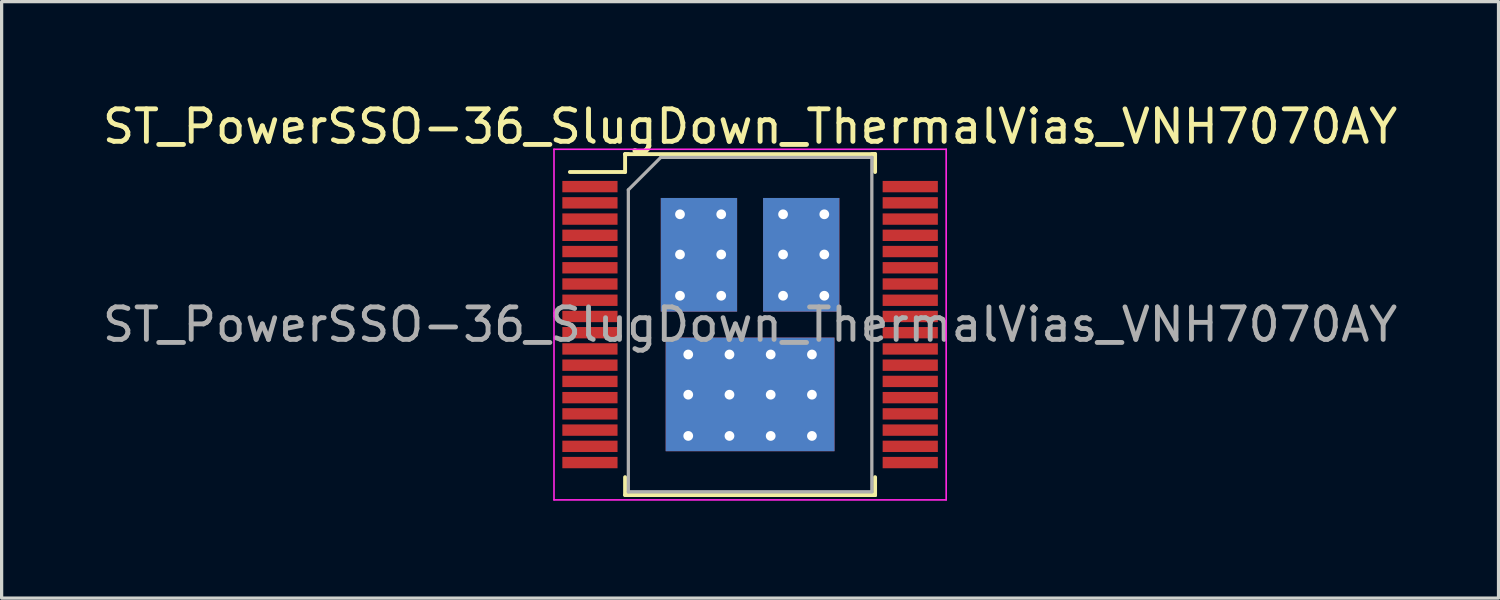
<source format=kicad_pcb>
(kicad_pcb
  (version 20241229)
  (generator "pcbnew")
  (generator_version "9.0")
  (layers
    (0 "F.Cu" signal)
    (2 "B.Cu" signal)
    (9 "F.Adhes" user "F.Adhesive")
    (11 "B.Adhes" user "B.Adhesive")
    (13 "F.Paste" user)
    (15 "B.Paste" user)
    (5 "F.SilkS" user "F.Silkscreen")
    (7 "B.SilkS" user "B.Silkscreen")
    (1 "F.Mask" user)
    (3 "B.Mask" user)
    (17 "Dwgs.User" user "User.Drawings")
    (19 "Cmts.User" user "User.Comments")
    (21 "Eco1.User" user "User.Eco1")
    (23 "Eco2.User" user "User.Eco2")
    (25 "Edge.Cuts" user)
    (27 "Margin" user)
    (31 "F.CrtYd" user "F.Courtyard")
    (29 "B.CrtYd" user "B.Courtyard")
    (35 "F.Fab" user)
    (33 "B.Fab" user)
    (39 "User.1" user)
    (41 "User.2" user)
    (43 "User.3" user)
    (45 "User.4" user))
  (footprint "ST_PowerSSO-36_SlugDown_ThermalVias_VNH7070AY"
    (layer "F.Cu")
    (at 20.054 6.948)
    (property "Reference" "ST_PowerSSO-36_SlugDown_ThermalVias_VNH7070AY" (at 0 -6.1 0) (layer "F.SilkS") (effects (font (size 1 1) (thickness 0.15))))
    (attr smd)
    (fp_line (start -3.85 -5.25) (end -3.85 -4.7) (stroke (width 0.12) (type solid)) (layer "F.SilkS"))
    (fp_line (start -3.85 -4.7) (end -5.55 -4.7) (stroke (width 0.12) (type solid)) (layer "F.SilkS"))
    (fp_line (start -3.85 5.25) (end -3.85 4.7) (stroke (width 0.12) (type solid)) (layer "F.SilkS"))
    (fp_line (start -3.75 -5.25) (end -3.85 -5.25) (stroke (width 0.12) (type solid)) (layer "F.SilkS"))
    (fp_line (start 3.75 -5.25) (end 3.85 -5.25) (stroke (width 0.12) (type solid)) (layer "F.SilkS"))
    (fp_line (start 3.75 5.25) (end 3.85 5.25) (stroke (width 0.12) (type solid)) (layer "F.SilkS"))
    (fp_line (start 3.85 -5.25) (end -3.85 -5.25) (stroke (width 0.12) (type solid)) (layer "F.SilkS"))
    (fp_line (start 3.85 -5.25) (end 3.85 -4.7) (stroke (width 0.12) (type solid)) (layer "F.SilkS"))
    (fp_line (start 3.85 5.25) (end -3.85 5.25) (stroke (width 0.12) (type solid)) (layer "F.SilkS"))
    (fp_line (start 3.85 5.25) (end 3.85 4.7) (stroke (width 0.12) (type solid)) (layer "F.SilkS"))
    (fp_line (start -6.04 -5.4) (end -6.04 5.4) (stroke (width 0.05) (type solid)) (layer "F.CrtYd"))
    (fp_line (start -6.04 -5.4) (end 6.04 -5.4) (stroke (width 0.05) (type solid)) (layer "F.CrtYd"))
    (fp_line (start 6.04 5.4) (end -6.04 5.4) (stroke (width 0.05) (type solid)) (layer "F.CrtYd"))
    (fp_line (start 6.04 5.4) (end 6.04 -5.4) (stroke (width 0.05) (type solid)) (layer "F.CrtYd"))
    (fp_line (start -3.75 -4.15) (end -3.75 5.15) (stroke (width 0.1) (type solid)) (layer "F.Fab"))
    (fp_line (start -3.75 5.15) (end 3.75 5.15) (stroke (width 0.1) (type solid)) (layer "F.Fab"))
    (fp_line (start -2.75 -5.15) (end -3.75 -4.15) (stroke (width 0.1) (type solid)) (layer "F.Fab"))
    (fp_line (start 3.75 -5.15) (end -2.75 -5.15) (stroke (width 0.1) (type solid)) (layer "F.Fab"))
    (fp_line (start 3.75 5.15) (end 3.75 -5.15) (stroke (width 0.1) (type solid)) (layer "F.Fab"))
    (fp_text user "${REFERENCE}" (at 0 0 0) (layer "F.Fab") (effects (font (size 1 1) (thickness 0.15))))
    (pad "1" smd rect (at -4.933 -4.25) (size 1.7 0.35) (layers "F.Cu" "F.Mask" "F.Paste"))
    (pad "2" smd rect (at -4.933 -3.75) (size 1.7 0.35) (layers "F.Cu" "F.Mask" "F.Paste"))
    (pad "3" smd rect (at -4.933 -3.25) (size 1.7 0.35) (layers "F.Cu" "F.Mask" "F.Paste"))
    (pad "4" smd rect (at -4.933 -2.75) (size 1.7 0.35) (layers "F.Cu" "F.Mask" "F.Paste"))
    (pad "5" smd rect (at -4.933 -2.25) (size 1.7 0.35) (layers "F.Cu" "F.Mask" "F.Paste"))
    (pad "6" smd rect (at -4.933 -1.75) (size 1.7 0.35) (layers "F.Cu" "F.Mask" "F.Paste"))
    (pad "7" smd rect (at -4.933 -1.25) (size 1.7 0.35) (layers "F.Cu" "F.Mask" "F.Paste"))
    (pad "8" smd rect (at -4.933 -0.75) (size 1.7 0.35) (layers "F.Cu" "F.Mask" "F.Paste"))
    (pad "9" smd rect (at -4.933 -0.25) (size 1.7 0.35) (layers "F.Cu" "F.Mask" "F.Paste"))
    (pad "10" smd rect (at -4.933 0.25) (size 1.7 0.35) (layers "F.Cu" "F.Mask" "F.Paste"))
    (pad "11" smd rect (at -4.933 0.75) (size 1.7 0.35) (layers "F.Cu" "F.Mask" "F.Paste"))
    (pad "12" smd rect (at -4.933 1.25) (size 1.7 0.35) (layers "F.Cu" "F.Mask" "F.Paste"))
    (pad "13" smd rect (at -4.933 1.75) (size 1.7 0.35) (layers "F.Cu" "F.Mask" "F.Paste"))
    (pad "14" smd rect (at -4.933 2.25) (size 1.7 0.35) (layers "F.Cu" "F.Mask" "F.Paste"))
    (pad "15" smd rect (at -4.933 2.75) (size 1.7 0.35) (layers "F.Cu" "F.Mask" "F.Paste"))
    (pad "16" smd rect (at -4.933 3.25) (size 1.7 0.35) (layers "F.Cu" "F.Mask" "F.Paste"))
    (pad "17" smd rect (at -4.933 3.75) (size 1.7 0.35) (layers "F.Cu" "F.Mask" "F.Paste"))
    (pad "18" smd rect (at -4.933 4.25) (size 1.7 0.35) (layers "F.Cu" "F.Mask" "F.Paste"))
    (pad "19" smd rect (at 4.933 4.25) (size 1.7 0.35) (layers "F.Cu" "F.Mask" "F.Paste"))
    (pad "20" smd rect (at 4.933 3.75) (size 1.7 0.35) (layers "F.Cu" "F.Mask" "F.Paste"))
    (pad "21" smd rect (at 4.933 3.25) (size 1.7 0.35) (layers "F.Cu" "F.Mask" "F.Paste"))
    (pad "22" smd rect (at 4.933 2.75) (size 1.7 0.35) (layers "F.Cu" "F.Mask" "F.Paste"))
    (pad "23" smd rect (at 4.933 2.25) (size 1.7 0.35) (layers "F.Cu" "F.Mask" "F.Paste"))
    (pad "24" smd rect (at 4.933 1.75) (size 1.7 0.35) (layers "F.Cu" "F.Mask" "F.Paste"))
    (pad "25" smd rect (at 4.933 1.25) (size 1.7 0.35) (layers "F.Cu" "F.Mask" "F.Paste"))
    (pad "26" smd rect (at 4.933 0.75) (size 1.7 0.35) (layers "F.Cu" "F.Mask" "F.Paste"))
    (pad "27" smd rect (at 4.933 0.25) (size 1.7 0.35) (layers "F.Cu" "F.Mask" "F.Paste"))
    (pad "28" smd rect (at 4.933 -0.25) (size 1.7 0.35) (layers "F.Cu" "F.Mask" "F.Paste"))
    (pad "29" smd rect (at 4.933 -0.75) (size 1.7 0.35) (layers "F.Cu" "F.Mask" "F.Paste"))
    (pad "30" smd rect (at 4.933 -1.25) (size 1.7 0.35) (layers "F.Cu" "F.Mask" "F.Paste"))
    (pad "31" smd rect (at 4.933 -1.75) (size 1.7 0.35) (layers "F.Cu" "F.Mask" "F.Paste"))
    (pad "32" smd rect (at 4.933 -2.25) (size 1.7 0.35) (layers "F.Cu" "F.Mask" "F.Paste"))
    (pad "33" smd rect (at 4.933 -2.75) (size 1.7 0.35) (layers "F.Cu" "F.Mask" "F.Paste"))
    (pad "34" smd rect (at 4.933 -3.25) (size 1.7 0.35) (layers "F.Cu" "F.Mask" "F.Paste"))
    (pad "35" smd rect (at 4.933 -3.75) (size 1.7 0.35) (layers "F.Cu" "F.Mask" "F.Paste"))
    (pad "36" smd rect (at 4.933 -4.25) (size 1.7 0.35) (layers "F.Cu" "F.Mask" "F.Paste"))
    (pad "37" thru_hole circle (at -1.905 0.921) (size 0.6 0.6) (drill 0.3) (layers "*.Cu"))
    (pad "37" thru_hole circle (at -1.905 2.159) (size 0.6 0.6) (drill 0.3) (layers "*.Cu"))
    (pad "37" thru_hole circle (at -1.905 3.429) (size 0.6 0.6) (drill 0.3) (layers "*.Cu"))
    (pad "37" thru_hole circle (at -0.635 0.921) (size 0.6 0.6) (drill 0.3) (layers "*.Cu"))
    (pad "37" thru_hole circle (at -0.635 2.159) (size 0.6 0.6) (drill 0.3) (layers "*.Cu"))
    (pad "37" thru_hole circle (at -0.635 3.429) (size 0.6 0.6) (drill 0.3) (layers "*.Cu"))
    (pad "37" smd rect (at 0 2.15) (size 5.2 3.5) (layers "F.Cu" "F.Mask" "F.Paste"))
    (pad "37" smd rect (at 0 2.15) (size 5.2 3.5) (layers "B.Cu" "B.Mask" "B.Paste"))
    (pad "37" thru_hole circle (at 0.635 0.921) (size 0.6 0.6) (drill 0.3) (layers "*.Cu"))
    (pad "37" thru_hole circle (at 0.635 2.159) (size 0.6 0.6) (drill 0.3) (layers "*.Cu"))
    (pad "37" thru_hole circle (at 0.635 3.429) (size 0.6 0.6) (drill 0.3) (layers "*.Cu"))
    (pad "37" thru_hole circle (at 1.905 0.921) (size 0.6 0.6) (drill 0.3) (layers "*.Cu"))
    (pad "37" thru_hole circle (at 1.905 2.159) (size 0.6 0.6) (drill 0.3) (layers "*.Cu"))
    (pad "37" thru_hole circle (at 1.905 3.429) (size 0.6 0.6) (drill 0.3) (layers "*.Cu"))
    (pad "38" thru_hole circle (at -2.159 -3.397) (size 0.6 0.6) (drill 0.3) (layers "*.Cu"))
    (pad "38" thru_hole circle (at -2.159 -2.159) (size 0.6 0.6) (drill 0.3) (layers "*.Cu"))
    (pad "38" thru_hole circle (at -2.159 -0.889) (size 0.6 0.6) (drill 0.3) (layers "*.Cu"))
    (pad "38" smd rect (at -1.575 -2.15) (size 2.35 3.5) (layers "F.Cu" "F.Mask" "F.Paste"))
    (pad "38" smd rect (at -1.575 -2.15) (size 2.35 3.5) (layers "B.Cu" "B.Mask" "B.Paste"))
    (pad "38" thru_hole circle (at -0.889 -3.397) (size 0.6 0.6) (drill 0.3) (layers "*.Cu"))
    (pad "38" thru_hole circle (at -0.889 -2.159) (size 0.6 0.6) (drill 0.3) (layers "*.Cu"))
    (pad "38" thru_hole circle (at -0.889 -0.889) (size 0.6 0.6) (drill 0.3) (layers "*.Cu"))
    (pad "39" thru_hole circle (at 1.016 -3.397) (size 0.6 0.6) (drill 0.3) (layers "*.Cu"))
    (pad "39" thru_hole circle (at 1.016 -2.159) (size 0.6 0.6) (drill 0.3) (layers "*.Cu"))
    (pad "39" thru_hole circle (at 1.016 -0.889) (size 0.6 0.6) (drill 0.3) (layers "*.Cu"))
    (pad "39" smd rect (at 1.575 -2.15) (size 2.35 3.5) (layers "F.Cu" "F.Mask" "F.Paste"))
    (pad "39" smd rect (at 1.575 -2.15) (size 2.35 3.5) (layers "B.Cu" "B.Mask" "B.Paste"))
    (pad "39" thru_hole circle (at 2.286 -3.397) (size 0.6 0.6) (drill 0.3) (layers "*.Cu"))
    (pad "39" thru_hole circle (at 2.286 -2.159) (size 0.6 0.6) (drill 0.3) (layers "*.Cu"))
    (pad "39" thru_hole circle (at 2.286 -0.889) (size 0.6 0.6) (drill 0.3) (layers "*.Cu")))
  (gr_rect
    (start -3 -3)
    (end 43.107 15.373)
    (stroke (width 0.1) (type default))
    (fill no)
    (layer "Edge.Cuts")))
</source>
